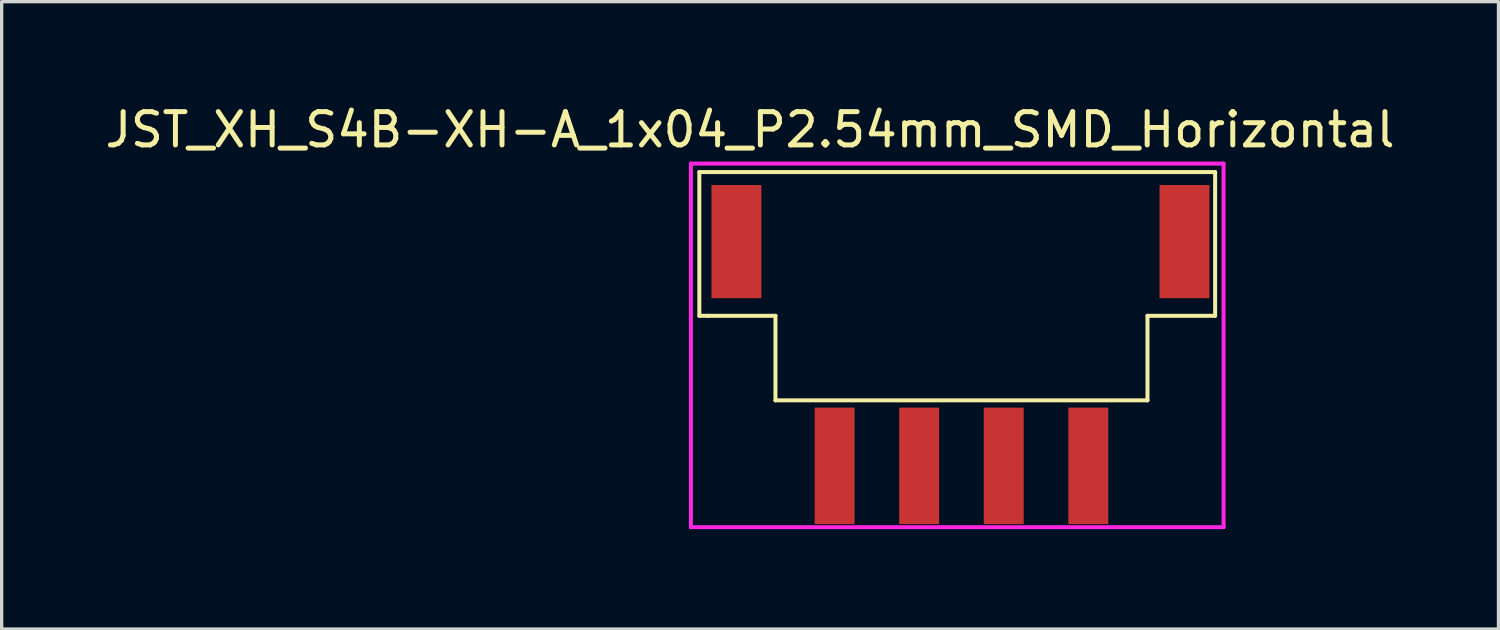
<source format=kicad_pcb>
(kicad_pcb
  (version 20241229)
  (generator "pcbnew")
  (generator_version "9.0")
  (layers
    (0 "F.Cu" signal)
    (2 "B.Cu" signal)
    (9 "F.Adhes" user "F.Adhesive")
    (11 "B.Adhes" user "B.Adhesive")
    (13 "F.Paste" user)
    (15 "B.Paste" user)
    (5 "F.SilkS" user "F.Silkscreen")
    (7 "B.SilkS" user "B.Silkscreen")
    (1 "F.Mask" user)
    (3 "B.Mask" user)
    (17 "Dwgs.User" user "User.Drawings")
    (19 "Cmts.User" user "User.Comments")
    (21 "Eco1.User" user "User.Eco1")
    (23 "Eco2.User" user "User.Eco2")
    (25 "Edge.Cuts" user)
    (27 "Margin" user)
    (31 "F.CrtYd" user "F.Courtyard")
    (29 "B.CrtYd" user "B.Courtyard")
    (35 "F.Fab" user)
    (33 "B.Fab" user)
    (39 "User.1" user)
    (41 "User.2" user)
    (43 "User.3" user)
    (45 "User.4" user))
  (footprint "JST_XH_S4B-XH-A_1x04_P2.54mm_SMD_Horizontal"
    (layer "F.Cu")
    (at 25.832 5.674)
    (property "Reference" "JST_XH_S4B-XH-A_1x04_P2.54mm_SMD_Horizontal" (at -6.35 -4.826 0) (layer "F.SilkS") (effects (font (size 1 1) (thickness 0.15))))
    (attr through_hole)
    (fp_line (start -7.874 -3.556) (end 7.62 -3.556) (stroke (width 0.12) (type solid)) (layer "F.SilkS"))
    (fp_line (start -7.874 0.762) (end -7.874 -3.556) (stroke (width 0.12) (type solid)) (layer "F.SilkS"))
    (fp_line (start -7.62 0.762) (end -7.874 0.762) (stroke (width 0.12) (type solid)) (layer "F.SilkS"))
    (fp_line (start -5.588 0.762) (end -7.62 0.762) (stroke (width 0.12) (type solid)) (layer "F.SilkS"))
    (fp_line (start -5.588 3.302) (end -5.588 0.762) (stroke (width 0.12) (type solid)) (layer "F.SilkS"))
    (fp_line (start 5.588 0.762) (end 5.588 3.302) (stroke (width 0.12) (type solid)) (layer "F.SilkS"))
    (fp_line (start 5.588 3.302) (end -5.588 3.302) (stroke (width 0.12) (type solid)) (layer "F.SilkS"))
    (fp_line (start 7.62 -3.556) (end 7.62 0.762) (stroke (width 0.12) (type solid)) (layer "F.SilkS"))
    (fp_line (start 7.62 0.762) (end 5.588 0.762) (stroke (width 0.12) (type solid)) (layer "F.SilkS"))
    (fp_line (start -8.128 -3.81) (end -8.128 7.112) (stroke (width 0.12) (type solid)) (layer "F.CrtYd"))
    (fp_line (start -8.128 7.112) (end 7.874 7.112) (stroke (width 0.12) (type solid)) (layer "F.CrtYd"))
    (fp_line (start 7.874 -3.81) (end -8.128 -3.81) (stroke (width 0.12) (type solid)) (layer "F.CrtYd"))
    (fp_line (start 7.874 7.112) (end 7.874 -3.81) (stroke (width 0.12) (type solid)) (layer "F.CrtYd"))
    (pad "-" smd rect (at -6.76 -1.466) (size 1.5 3.4) (layers "F.Cu" "F.Mask" "F.Paste"))
    (pad "-" smd rect (at 6.7 -1.466) (size 1.5 3.4) (layers "F.Cu" "F.Mask" "F.Paste"))
    (pad "1" smd rect (at 3.81 5.271) (size 1.2 3.5) (layers "F.Cu" "F.Mask" "F.Paste"))
    (pad "2" smd rect (at 1.27 5.271) (size 1.2 3.5) (layers "F.Cu" "F.Mask" "F.Paste"))
    (pad "3" smd rect (at -1.27 5.271) (size 1.2 3.5) (layers "F.Cu" "F.Mask" "F.Paste"))
    (pad "4" smd rect (at -3.81 5.271) (size 1.2 3.5) (layers "F.Cu" "F.Mask" "F.Paste")))
  (gr_rect
    (start -3 -3)
    (end 41.964 15.846)
    (stroke (width 0.1) (type default))
    (fill no)
    (layer "Edge.Cuts")))
</source>
